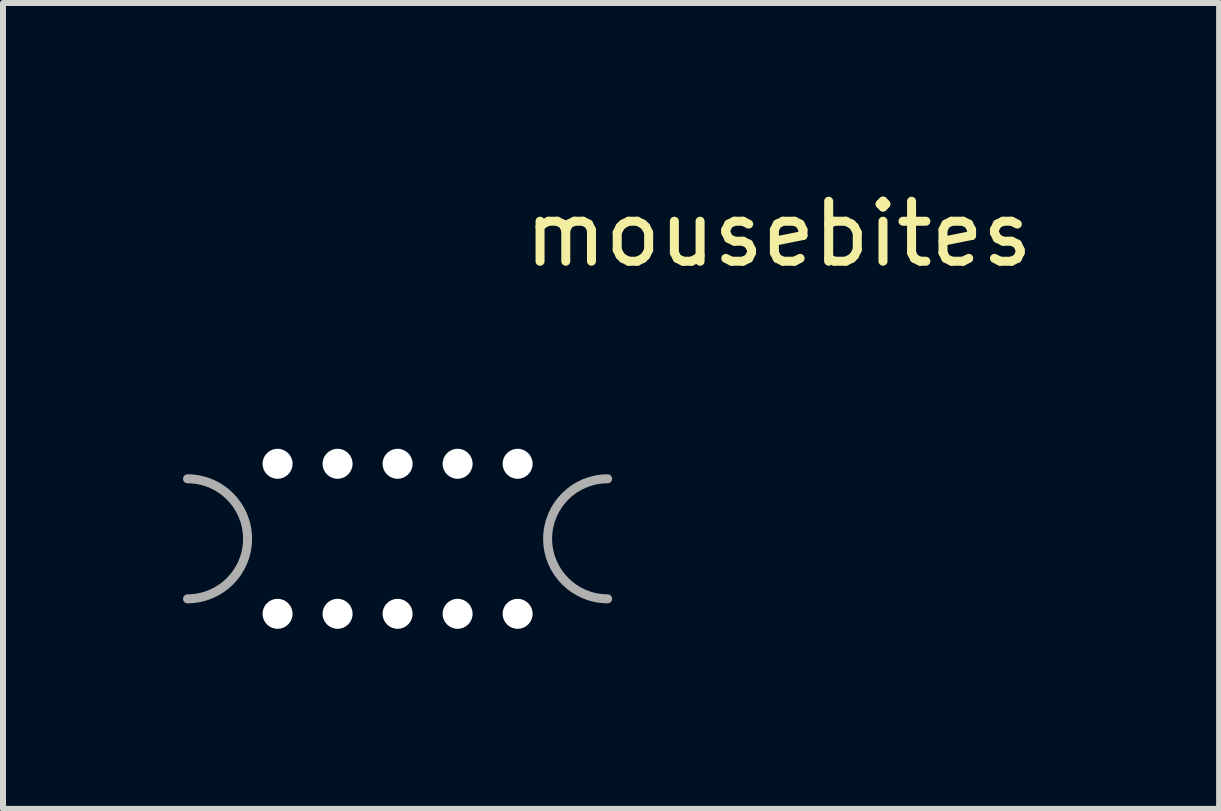
<source format=kicad_pcb>
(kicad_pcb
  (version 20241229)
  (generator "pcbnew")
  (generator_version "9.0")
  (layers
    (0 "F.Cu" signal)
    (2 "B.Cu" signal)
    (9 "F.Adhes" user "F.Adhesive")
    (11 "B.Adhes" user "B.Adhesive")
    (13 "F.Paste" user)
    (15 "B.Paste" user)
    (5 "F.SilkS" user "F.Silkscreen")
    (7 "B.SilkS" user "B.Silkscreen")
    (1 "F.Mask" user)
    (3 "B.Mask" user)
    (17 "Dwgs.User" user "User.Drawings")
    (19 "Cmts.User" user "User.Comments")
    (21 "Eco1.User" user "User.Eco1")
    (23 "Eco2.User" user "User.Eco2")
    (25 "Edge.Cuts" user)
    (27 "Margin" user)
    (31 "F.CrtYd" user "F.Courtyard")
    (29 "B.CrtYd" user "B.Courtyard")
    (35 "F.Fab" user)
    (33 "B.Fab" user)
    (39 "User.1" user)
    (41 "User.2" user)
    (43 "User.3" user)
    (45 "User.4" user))
  (footprint "mousebites"
    (layer "F.Cu")
    (at 3.575 5.928)
    (property "Reference" "mousebites" (at 6.35 -5.08 0) (layer "F.SilkS") (effects (font (size 1 1) (thickness 0.15))))
    (attr through_hole)
    (fp_arc (start -3.5 -1) (mid -2.5 0) (end -3.5 1) (stroke (width 0.15) (type solid)) (layer "F.Fab"))
    (fp_arc (start 3.5 1) (mid 2.5 0) (end 3.5 -1) (stroke (width 0.15) (type solid)) (layer "F.Fab"))
    (pad "" np_thru_hole circle (at -2 -1.25) (size 0.5 0.5) (drill 0.5) (layers "*.Cu" "*.Mask"))
    (pad "" np_thru_hole circle (at -2 1.25) (size 0.5 0.5) (drill 0.5) (layers "*.Cu" "*.Mask"))
    (pad "" np_thru_hole circle (at -1 -1.25) (size 0.5 0.5) (drill 0.5) (layers "*.Cu" "*.Mask"))
    (pad "" np_thru_hole circle (at -1 1.25) (size 0.5 0.5) (drill 0.5) (layers "*.Cu" "*.Mask"))
    (pad "" np_thru_hole circle (at 0 -1.25) (size 0.5 0.5) (drill 0.5) (layers "*.Cu" "*.Mask"))
    (pad "" np_thru_hole circle (at 0 1.25) (size 0.5 0.5) (drill 0.5) (layers "*.Cu" "*.Mask"))
    (pad "" np_thru_hole circle (at 1 -1.25) (size 0.5 0.5) (drill 0.5) (layers "*.Cu" "*.Mask"))
    (pad "" np_thru_hole circle (at 1 1.25) (size 0.5 0.5) (drill 0.5) (layers "*.Cu" "*.Mask"))
    (pad "" np_thru_hole circle (at 2 -1.25) (size 0.5 0.5) (drill 0.5) (layers "*.Cu" "*.Mask"))
    (pad "" np_thru_hole circle (at 2 1.25) (size 0.5 0.5) (drill 0.5) (layers "*.Cu" "*.Mask")))
  (gr_rect
    (start -3 -3)
    (end 17.264 10.428)
    (stroke (width 0.1) (type default))
    (fill no)
    (layer "Edge.Cuts")))
</source>
